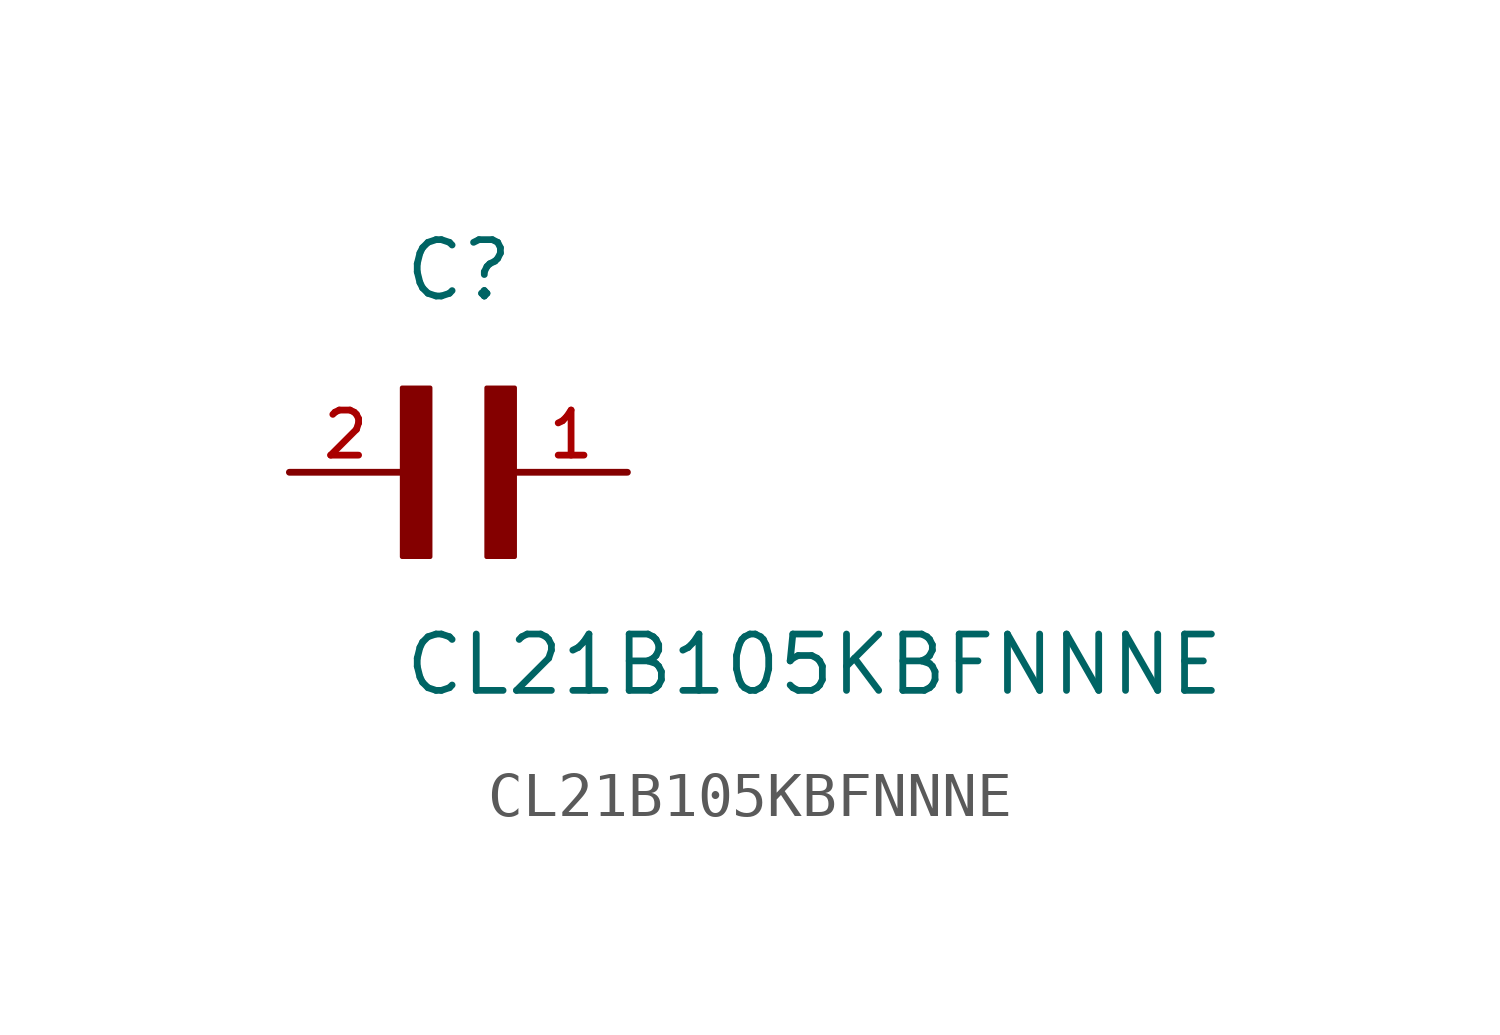
<source format=kicad_sym>
(kicad_symbol_lib
  (version 20211014)
  (generator kicad_symbol_editor)
  (symbol "CL21B105KBFNNNE"
    (pin_names
      (offset 1.016))
    (property "Reference" "C"
      (at 0.0 3.81 0)
      (effects (font (size 1.27 1.27)) (justify bottom left)))
    (property "Value" "CL21B105KBFNNNE"
      (at 0.0 -5.08 0)
      (effects (font (size 1.27 1.27)) (justify bottom left)))
    (symbol "CL21B105KBFNNNE_0_0"
      (rectangle (start 0.0 -1.905) (end 0.635 1.905) (stroke (width 0.1)) (fill (type outline)))
      (rectangle (start 1.905 -1.905) (end 2.54 1.905) (stroke (width 0.1)) (fill (type outline)))
      (pin passive line (at 5.08 0.0 180.0) (length 2.54) (name "~" (effects (font (size 1.016 1.016)))) (number "1" (effects (font (size 1.016 1.016)))))
      (pin passive line (at -2.54 0.0 0) (length 2.54) (name "~" (effects (font (size 1.016 1.016)))) (number "2" (effects (font (size 1.016 1.016))))))))
</source>
